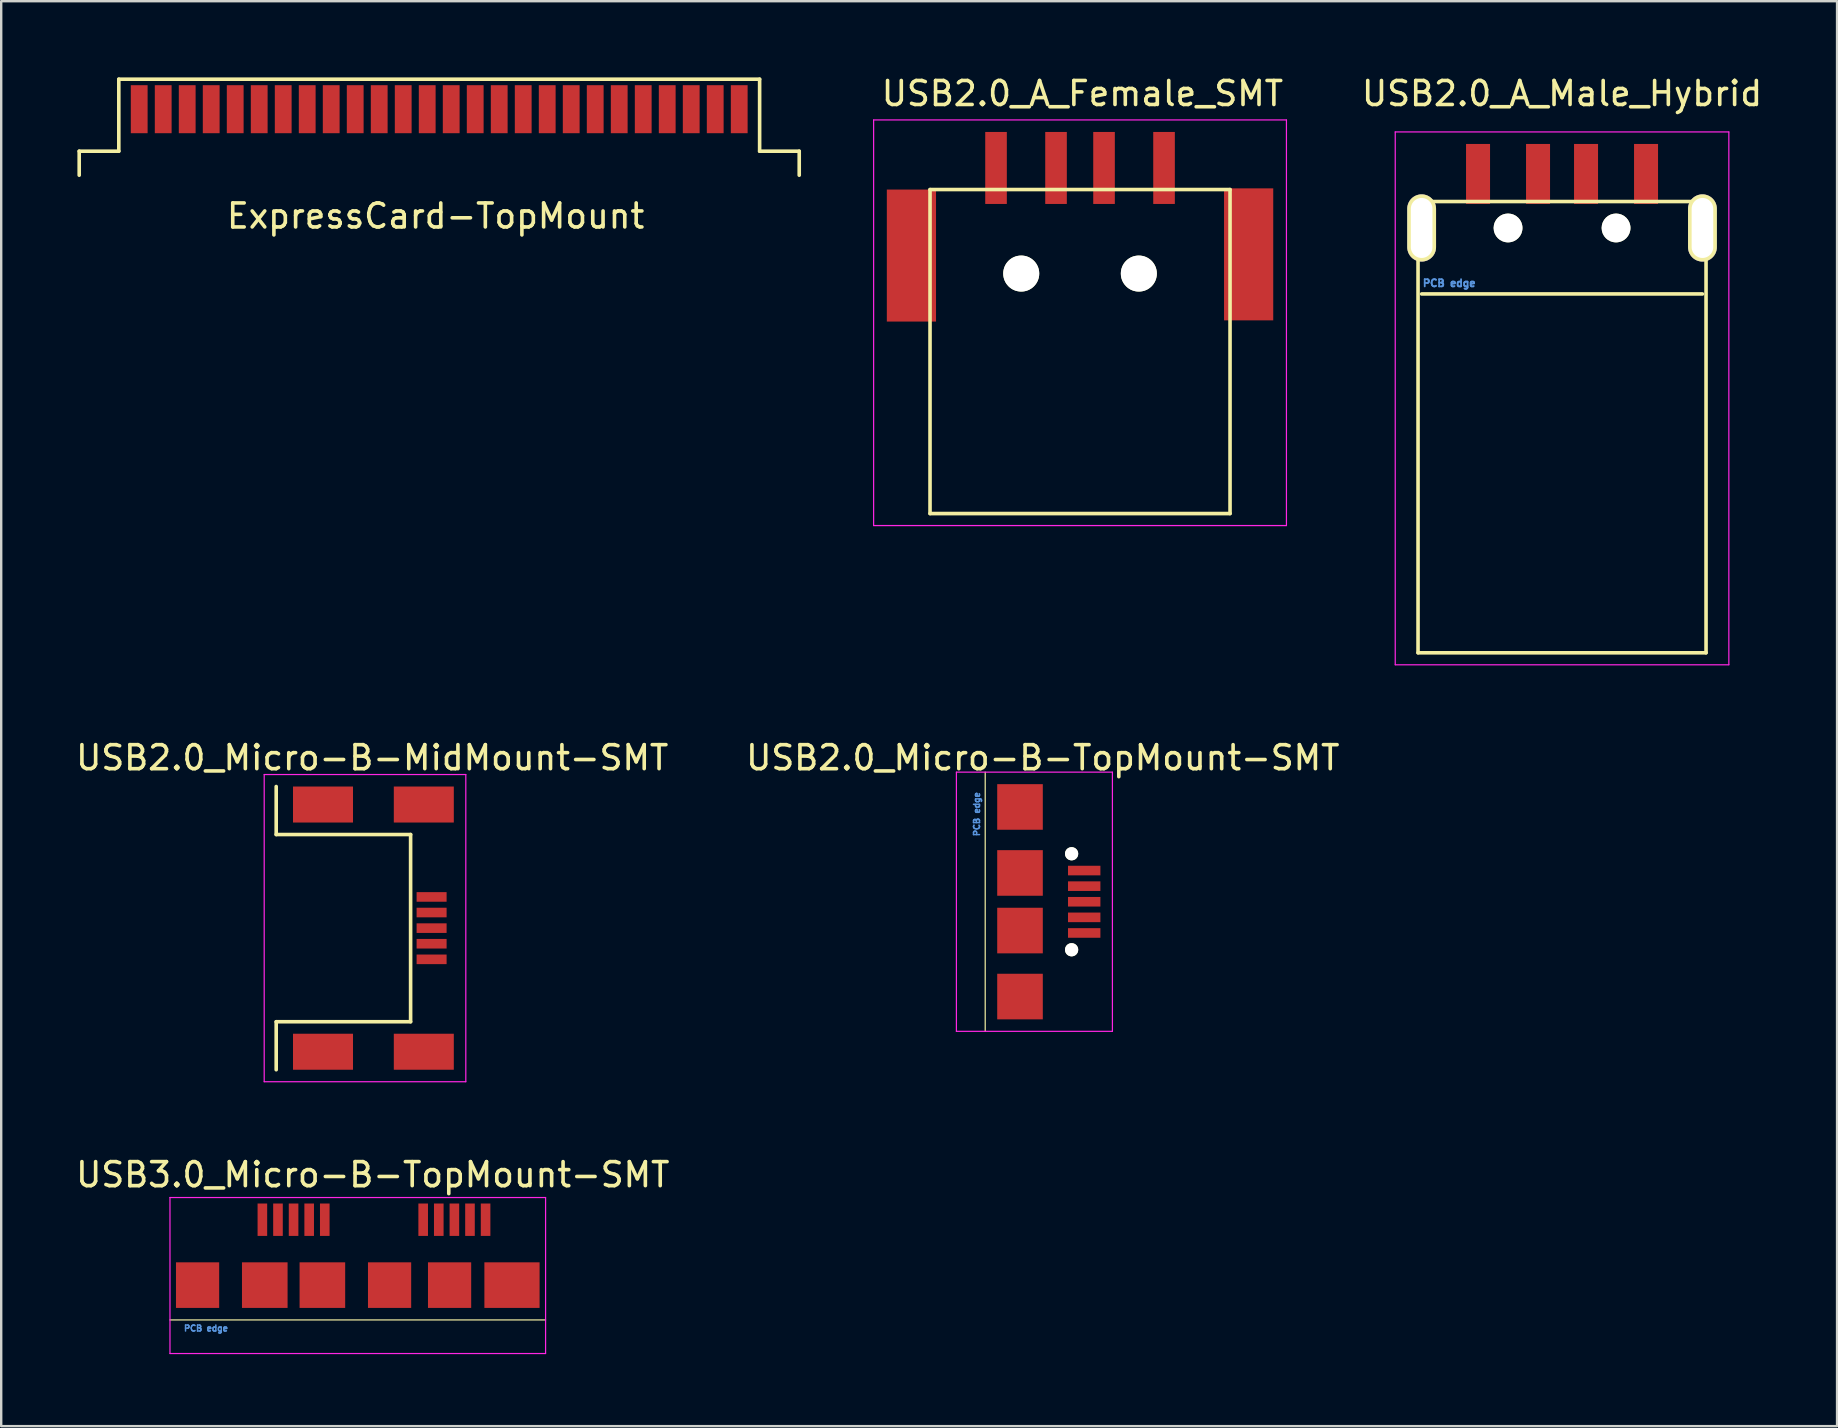
<source format=kicad_pcb>
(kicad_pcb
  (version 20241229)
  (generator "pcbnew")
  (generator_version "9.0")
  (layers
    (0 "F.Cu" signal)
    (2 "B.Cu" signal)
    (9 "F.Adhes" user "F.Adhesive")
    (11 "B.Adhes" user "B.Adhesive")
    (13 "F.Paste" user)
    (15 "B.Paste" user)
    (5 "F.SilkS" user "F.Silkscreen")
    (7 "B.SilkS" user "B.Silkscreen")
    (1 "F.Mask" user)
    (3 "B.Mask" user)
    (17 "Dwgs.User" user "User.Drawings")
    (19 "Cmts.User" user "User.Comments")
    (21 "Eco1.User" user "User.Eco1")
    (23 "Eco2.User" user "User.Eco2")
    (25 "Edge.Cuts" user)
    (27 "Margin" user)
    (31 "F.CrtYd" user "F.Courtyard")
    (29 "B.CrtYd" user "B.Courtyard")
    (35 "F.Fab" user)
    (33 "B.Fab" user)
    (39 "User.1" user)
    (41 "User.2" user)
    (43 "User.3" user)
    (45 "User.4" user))
  (footprint "USB2.0_A_Female_SMT"
    (layer "F.Cu")
    (at 41.95 10.748)
    (property "Reference" "USB2.0_A_Female_SMT" (at 0.1 -9.9 0) (layer "F.SilkS") (effects (font (size 1 1) (thickness 0.15))))
    (attr through_hole)
    (fp_line (start -6.25 -5.9) (end -6.25 7.6) (stroke (width 0.15) (type solid)) (layer "F.SilkS"))
    (fp_line (start 6.25 -5.9) (end -6.25 -5.9) (stroke (width 0.15) (type solid)) (layer "F.SilkS"))
    (fp_line (start 6.25 -5.9) (end 6.25 7.6) (stroke (width 0.15) (type solid)) (layer "F.SilkS"))
    (fp_line (start 6.25 7.6) (end -6.25 7.6) (stroke (width 0.15) (type solid)) (layer "F.SilkS"))
    (fp_line (start -8.6 -8.8) (end 8.6 -8.8) (stroke (width 0.05) (type solid)) (layer "F.CrtYd"))
    (fp_line (start -8.6 8.1) (end -8.6 -8.8) (stroke (width 0.05) (type solid)) (layer "F.CrtYd"))
    (fp_line (start -8.6 8.1) (end 8.6 8.1) (stroke (width 0.05) (type solid)) (layer "F.CrtYd"))
    (fp_line (start 8.6 -8.8) (end 8.6 8.1) (stroke (width 0.05) (type solid)) (layer "F.CrtYd"))
    (pad "" np_thru_hole circle (at -2.45 -2.4) (size 1.5 1.5) (drill 1.5) (layers "*.Cu" "*.Mask" "F.SilkS"))
    (pad "" np_thru_hole circle (at 2.45 -2.4) (size 1.5 1.5) (drill 1.5) (layers "*.Cu" "*.Mask" "F.SilkS"))
    (pad "1" smd rect (at -3.5 -6.8) (size 0.9 3) (layers "F.Cu" "F.Mask" "F.Paste"))
    (pad "2" smd rect (at -1 -6.8) (size 0.9 3) (layers "F.Cu" "F.Mask" "F.Paste"))
    (pad "3" smd rect (at 1 -6.8) (size 0.9 3) (layers "F.Cu" "F.Mask" "F.Paste"))
    (pad "4" smd rect (at 3.5 -6.8) (size 0.9 3) (layers "F.Cu" "F.Mask" "F.Paste"))
    (pad "5" smd rect (at 7.025 -3.2) (size 2.05 5.5) (layers "F.Cu" "F.Mask" "F.Paste"))
    (pad "6" smd rect (at -7.025 -3.15) (size 2.05 5.5) (layers "F.Cu" "F.Mask" "F.Paste")))
  (footprint "USB2.0_Micro-B-MidMount-SMT"
    (layer "F.Cu")
    (at 12.558 35.621)
    (property "Reference" "USB2.0_Micro-B-MidMount-SMT" (at -0.1 -7.1 0) (layer "F.SilkS") (effects (font (size 1 1) (thickness 0.15))))
    (attr through_hole)
    (fp_line (start -4.1 -5.9) (end -4.1 -3.9) (stroke (width 0.15) (type solid)) (layer "F.SilkS"))
    (fp_line (start -4.1 -3.9) (end 1.5 -3.9) (stroke (width 0.15) (type solid)) (layer "F.SilkS"))
    (fp_line (start -4.1 3.9) (end -4.1 5.9) (stroke (width 0.15) (type solid)) (layer "F.SilkS"))
    (fp_line (start 1.5 -3.9) (end 1.5 3.9) (stroke (width 0.15) (type solid)) (layer "F.SilkS"))
    (fp_line (start 1.5 3.9) (end -4.1 3.9) (stroke (width 0.15) (type solid)) (layer "F.SilkS"))
    (fp_line (start -4.6 -6.4) (end -4.6 6.4) (stroke (width 0.05) (type solid)) (layer "F.CrtYd"))
    (fp_line (start -4.6 -6.4) (end 3.8 -6.4) (stroke (width 0.05) (type solid)) (layer "F.CrtYd"))
    (fp_line (start 3.8 -6.4) (end 3.8 6.4) (stroke (width 0.05) (type solid)) (layer "F.CrtYd"))
    (fp_line (start 3.8 6.4) (end -4.6 6.4) (stroke (width 0.05) (type solid)) (layer "F.CrtYd"))
    (pad "1" smd rect (at 2.35 -1.3) (size 1.25 0.4) (drill (offset 0.025 0)) (layers "F.Cu" "F.Mask" "F.Paste"))
    (pad "2" smd rect (at 2.35 -0.65) (size 1.25 0.4) (drill (offset 0.025 0)) (layers "F.Cu" "F.Mask" "F.Paste"))
    (pad "3" smd rect (at 2.35 0) (size 1.25 0.4) (drill (offset 0.025 0)) (layers "F.Cu" "F.Mask" "F.Paste"))
    (pad "4" smd rect (at 2.35 0.65) (size 1.25 0.4) (drill (offset 0.025 0)) (layers "F.Cu" "F.Mask" "F.Paste"))
    (pad "5" smd rect (at 2.35 1.3) (size 1.25 0.4) (drill (offset 0.025 0)) (layers "F.Cu" "F.Mask" "F.Paste"))
    (pad "6" smd rect (at 2.05 5.15) (size 2.5 1.5) (layers "F.Cu" "F.Mask" "F.Paste"))
    (pad "7" smd rect (at -2.15 5.15) (size 2.5 1.5) (layers "F.Cu" "F.Mask" "F.Paste"))
    (pad "8" smd rect (at -2.15 -5.15) (size 2.5 1.5) (layers "F.Cu" "F.Mask" "F.Paste"))
    (pad "9" smd rect (at 2.05 -5.15) (size 2.5 1.5) (layers "F.Cu" "F.Mask" "F.Paste")))
  (footprint "USB3.0_Micro-B-TopMount-SMT"
    (layer "F.Cu")
    (at 9.182 50.495)
    (property "Reference" "USB3.0_Micro-B-TopMount-SMT" (at 3.3 -4.6 0) (layer "F.SilkS") (effects (font (size 1 1) (thickness 0.15))))
    (attr through_hole)
    (fp_line (start -5.15 1.45) (end 10.5 1.45) (stroke (width 0.05) (type solid)) (layer "F.SilkS"))
    (fp_line (start -5.15 -3.65) (end -5.15 2.85) (stroke (width 0.05) (type solid)) (layer "F.CrtYd"))
    (fp_line (start -5.15 2.85) (end 10.5 2.85) (stroke (width 0.05) (type solid)) (layer "F.CrtYd"))
    (fp_line (start 10.5 -3.65) (end -5.15 -3.65) (stroke (width 0.05) (type solid)) (layer "F.CrtYd"))
    (fp_line (start 10.5 -3.65) (end 10.5 2.85) (stroke (width 0.05) (type solid)) (layer "F.CrtYd"))
    (fp_text user "PCB edge" (at -3.65 1.8 0) (layer "Cmts.User") (effects (font (size 0.25 0.25) (thickness 0.062))))
    (pad "1" smd rect (at -1.3 -2.7 90) (size 1.35 0.4) (drill (offset 0.025 0)) (layers "F.Cu" "F.Mask" "F.Paste"))
    (pad "2" smd rect (at -0.65 -2.7 90) (size 1.35 0.4) (drill (offset 0.025 0)) (layers "F.Cu" "F.Mask" "F.Paste"))
    (pad "3" smd rect (at 0 -2.7 90) (size 1.35 0.4) (drill (offset 0.025 0)) (layers "F.Cu" "F.Mask" "F.Paste"))
    (pad "4" smd rect (at 0.65 -2.7 90) (size 1.35 0.4) (drill (offset 0.025 0)) (layers "F.Cu" "F.Mask" "F.Paste"))
    (pad "5" smd rect (at 1.3 -2.7 90) (size 1.35 0.4) (drill (offset 0.025 0)) (layers "F.Cu" "F.Mask" "F.Paste"))
    (pad "6" smd rect (at 5.4 -2.7 90) (size 1.35 0.4) (drill (offset 0.025 0)) (layers "F.Cu" "F.Mask" "F.Paste"))
    (pad "7" smd rect (at 6.05 -2.7 90) (size 1.35 0.4) (drill (offset 0.025 0)) (layers "F.Cu" "F.Mask" "F.Paste"))
    (pad "8" smd rect (at 6.7 -2.7 90) (size 1.35 0.4) (drill (offset 0.025 0)) (layers "F.Cu" "F.Mask" "F.Paste"))
    (pad "9" smd rect (at 7.35 -2.7 90) (size 1.35 0.4) (drill (offset 0.025 0)) (layers "F.Cu" "F.Mask" "F.Paste"))
    (pad "10" smd rect (at 8 -2.7 90) (size 1.35 0.4) (drill (offset 0.025 0)) (layers "F.Cu" "F.Mask" "F.Paste"))
    (pad "11" smd rect (at 9.1 0 90) (size 1.9 2.3) (layers "F.Cu" "F.Mask" "F.Paste"))
    (pad "12" smd rect (at 6.5 0 90) (size 1.9 1.8) (layers "F.Cu" "F.Mask" "F.Paste"))
    (pad "13" smd rect (at 4 0 90) (size 1.9 1.8) (layers "F.Cu" "F.Mask" "F.Paste"))
    (pad "14" smd rect (at 1.2 0 90) (size 1.9 1.9) (layers "F.Cu" "F.Mask" "F.Paste"))
    (pad "15" smd rect (at -1.2 0 90) (size 1.9 1.9) (layers "F.Cu" "F.Mask" "F.Paste"))
    (pad "16" smd rect (at -4 0 90) (size 1.9 1.8) (layers "F.Cu" "F.Mask" "F.Paste")))
  (footprint "USB2.0_A_Male_Hybrid"
    (layer "F.Cu")
    (at 62.033 6.448)
    (property "Reference" "USB2.0_A_Male_Hybrid" (at 0 -5.6 0) (layer "F.SilkS") (effects (font (size 1 1) (thickness 0.15))))
    (attr through_hole)
    (fp_line (start -6 -1.1) (end -6 17.7) (stroke (width 0.15) (type solid)) (layer "F.SilkS"))
    (fp_line (start -6 17.7) (end 6 17.7) (stroke (width 0.15) (type solid)) (layer "F.SilkS"))
    (fp_line (start -5.85 2.75) (end 5.85 2.75) (stroke (width 0.15) (type solid)) (layer "F.SilkS"))
    (fp_line (start 6 -1.1) (end -6 -1.1) (stroke (width 0.15) (type solid)) (layer "F.SilkS"))
    (fp_line (start 6 17.7) (end 6 -1.1) (stroke (width 0.15) (type solid)) (layer "F.SilkS"))
    (fp_line (start -6.95 -4) (end 6.95 -4) (stroke (width 0.05) (type solid)) (layer "F.CrtYd"))
    (fp_line (start -6.95 18.2) (end -6.95 -4) (stroke (width 0.05) (type solid)) (layer "F.CrtYd"))
    (fp_line (start 6.95 -4) (end 6.95 18.2) (stroke (width 0.05) (type solid)) (layer "F.CrtYd"))
    (fp_line (start 6.95 18.2) (end -6.95 18.2) (stroke (width 0.05) (type solid)) (layer "F.CrtYd"))
    (fp_text user "PCB edge" (at -4.7 2.3 0) (layer "Cmts.User") (effects (font (size 0.3 0.3) (thickness 0.075))))
    (pad "" np_thru_hole circle (at -2.25 0) (size 1.2 1.2) (drill 1.2) (layers "*.Cu" "*.Mask" "F.SilkS"))
    (pad "" np_thru_hole circle (at 2.25 0) (size 1.2 1.2) (drill 1.2) (layers "*.Cu" "*.Mask" "F.SilkS"))
    (pad "1" smd rect (at 3.5 -2.2) (size 1 2.5) (drill (offset 0 -0.05)) (layers "F.Cu" "F.Mask" "F.Paste"))
    (pad "2" smd rect (at 1 -2.2) (size 1 2.5) (drill (offset 0 -0.05)) (layers "F.Cu" "F.Mask" "F.Paste"))
    (pad "3" smd rect (at -1 -2.2) (size 1 2.5) (drill (offset 0 -0.05)) (layers "F.Cu" "F.Mask" "F.Paste"))
    (pad "4" smd rect (at -3.5 -2.2) (size 1 2.5) (drill (offset 0 -0.05)) (layers "F.Cu" "F.Mask" "F.Paste"))
    (pad "5" thru_hole oval (at -5.85 0) (size 1.2 2.8) (drill oval 0.9 2.5) (layers "*.Cu" "*.Mask" "F.SilkS"))
    (pad "6" thru_hole oval (at 5.85 0) (size 1.2 2.8) (drill oval 0.9 2.5) (layers "*.Cu" "*.Mask" "F.SilkS")))
  (footprint "USB2.0_Micro-B-TopMount-SMT"
    (layer "F.Cu")
    (at 41.599 34.522)
    (property "Reference" "USB2.0_Micro-B-TopMount-SMT" (at -1.2 -6 0) (layer "F.SilkS") (effects (font (size 1 1) (thickness 0.15))))
    (attr through_hole)
    (fp_line (start -3.6 -5.4) (end -3.6 5.4) (stroke (width 0.05) (type solid)) (layer "F.SilkS"))
    (fp_line (start -4.8 -5.4) (end -4.8 5.4) (stroke (width 0.05) (type solid)) (layer "F.CrtYd"))
    (fp_line (start -4.8 5.4) (end 1.7 5.4) (stroke (width 0.05) (type solid)) (layer "F.CrtYd"))
    (fp_line (start 1.7 -5.4) (end -4.8 -5.4) (stroke (width 0.05) (type solid)) (layer "F.CrtYd"))
    (fp_line (start 1.7 5.4) (end 1.7 -5.4) (stroke (width 0.05) (type solid)) (layer "F.CrtYd"))
    (fp_text user "PCB edge" (at -3.95 -3.65 90) (layer "Cmts.User") (effects (font (size 0.25 0.25) (thickness 0.062))))
    (pad "" np_thru_hole circle (at 0 -2) (size 0.55 0.55) (drill 0.55) (layers "*.Cu" "*.Mask" "F.SilkS"))
    (pad "" np_thru_hole circle (at 0 2) (size 0.55 0.55) (drill 0.55) (layers "*.Cu" "*.Mask" "F.SilkS"))
    (pad "1" smd rect (at 0.5 -1.3) (size 1.35 0.4) (drill (offset 0.025 0)) (layers "F.Cu" "F.Mask" "F.Paste"))
    (pad "2" smd rect (at 0.5 -0.65) (size 1.35 0.4) (drill (offset 0.025 0)) (layers "F.Cu" "F.Mask" "F.Paste"))
    (pad "3" smd rect (at 0.5 0) (size 1.35 0.4) (drill (offset 0.025 0)) (layers "F.Cu" "F.Mask" "F.Paste"))
    (pad "4" smd rect (at 0.5 0.65) (size 1.35 0.4) (drill (offset 0.025 0)) (layers "F.Cu" "F.Mask" "F.Paste"))
    (pad "5" smd rect (at 0.5 1.3) (size 1.35 0.4) (drill (offset 0.025 0)) (layers "F.Cu" "F.Mask" "F.Paste"))
    (pad "6" smd rect (at -2.15 3.95) (size 1.9 1.9) (layers "F.Cu" "F.Mask" "F.Paste"))
    (pad "7" smd rect (at -2.15 1.2) (size 1.9 1.9) (layers "F.Cu" "F.Mask" "F.Paste"))
    (pad "8" smd rect (at -2.15 -1.2) (size 1.9 1.9) (layers "F.Cu" "F.Mask" "F.Paste"))
    (pad "9" smd rect (at -2.15 -3.95) (size 1.9 1.9) (layers "F.Cu" "F.Mask" "F.Paste")))
  (footprint "ExpressCard-TopMount"
    (layer "F.Cu")
    (at 0.25 0.25)
    (property "Reference" "ExpressCard-TopMount" (at 14.85 5.7 0) (layer "F.SilkS") (effects (font (size 1 1) (thickness 0.15))))
    (attr through_hole)
    (fp_line (start 0 3) (end 0 4) (stroke (width 0.15) (type solid)) (layer "F.SilkS"))
    (fp_line (start 1.65 0) (end 1.65 3) (stroke (width 0.15) (type solid)) (layer "F.SilkS"))
    (fp_line (start 1.65 0) (end 28.35 0) (stroke (width 0.15) (type solid)) (layer "F.SilkS"))
    (fp_line (start 1.65 3) (end 0 3) (stroke (width 0.15) (type solid)) (layer "F.SilkS"))
    (fp_line (start 28.35 0) (end 28.35 3) (stroke (width 0.15) (type solid)) (layer "F.SilkS"))
    (fp_line (start 28.35 3) (end 30 3) (stroke (width 0.15) (type solid)) (layer "F.SilkS"))
    (fp_line (start 30 3) (end 30 4) (stroke (width 0.15) (type solid)) (layer "F.SilkS"))
    (pad "1" smd rect (at 2.5 1.25) (size 0.7 2) (layers "F.Cu" "F.Mask" "F.Paste"))
    (pad "2" smd rect (at 3.5 1.25) (size 0.7 2) (layers "F.Cu" "F.Mask" "F.Paste"))
    (pad "3" smd rect (at 4.5 1.25) (size 0.7 2) (layers "F.Cu" "F.Mask" "F.Paste"))
    (pad "4" smd rect (at 5.5 1.25) (size 0.7 2) (layers "F.Cu" "F.Mask" "F.Paste"))
    (pad "5" smd rect (at 6.5 1.25) (size 0.7 2) (layers "F.Cu" "F.Mask" "F.Paste"))
    (pad "6" smd rect (at 7.5 1.25) (size 0.7 2) (layers "F.Cu" "F.Mask" "F.Paste"))
    (pad "7" smd rect (at 8.5 1.25) (size 0.7 2) (layers "F.Cu" "F.Mask" "F.Paste"))
    (pad "8" smd rect (at 9.5 1.25) (size 0.7 2) (layers "F.Cu" "F.Mask" "F.Paste"))
    (pad "9" smd rect (at 10.5 1.25) (size 0.7 2) (layers "F.Cu" "F.Mask" "F.Paste"))
    (pad "10" smd rect (at 11.5 1.25) (size 0.7 2) (layers "F.Cu" "F.Mask" "F.Paste"))
    (pad "11" smd rect (at 12.5 1.25) (size 0.7 2) (layers "F.Cu" "F.Mask" "F.Paste"))
    (pad "12" smd rect (at 13.5 1.25) (size 0.7 2) (layers "F.Cu" "F.Mask" "F.Paste"))
    (pad "13" smd rect (at 14.5 1.25) (size 0.7 2) (layers "F.Cu" "F.Mask" "F.Paste"))
    (pad "14" smd rect (at 15.5 1.25) (size 0.7 2) (layers "F.Cu" "F.Mask" "F.Paste"))
    (pad "15" smd rect (at 16.5 1.25) (size 0.7 2) (layers "F.Cu" "F.Mask" "F.Paste"))
    (pad "16" smd rect (at 17.5 1.25) (size 0.7 2) (layers "F.Cu" "F.Mask" "F.Paste"))
    (pad "17" smd rect (at 18.5 1.25) (size 0.7 2) (layers "F.Cu" "F.Mask" "F.Paste"))
    (pad "18" smd rect (at 19.5 1.25) (size 0.7 2) (layers "F.Cu" "F.Mask" "F.Paste"))
    (pad "19" smd rect (at 20.5 1.25) (size 0.7 2) (layers "F.Cu" "F.Mask" "F.Paste"))
    (pad "20" smd rect (at 21.5 1.25) (size 0.7 2) (layers "F.Cu" "F.Mask" "F.Paste"))
    (pad "21" smd rect (at 22.5 1.25) (size 0.7 2) (layers "F.Cu" "F.Mask" "F.Paste"))
    (pad "22" smd rect (at 23.5 1.25) (size 0.7 2) (layers "F.Cu" "F.Mask" "F.Paste"))
    (pad "23" smd rect (at 24.5 1.25) (size 0.7 2) (layers "F.Cu" "F.Mask" "F.Paste"))
    (pad "24" smd rect (at 25.5 1.25) (size 0.7 2) (layers "F.Cu" "F.Mask" "F.Paste"))
    (pad "25" smd rect (at 26.5 1.25) (size 0.7 2) (layers "F.Cu" "F.Mask" "F.Paste"))
    (pad "26" smd rect (at 27.5 1.25) (size 0.7 2) (layers "F.Cu" "F.Mask" "F.Paste")))
  (gr_rect
    (start -3 -3)
    (end 73.492 56.37)
    (stroke (width 0.1) (type default))
    (fill no)
    (layer "Edge.Cuts")))
</source>
